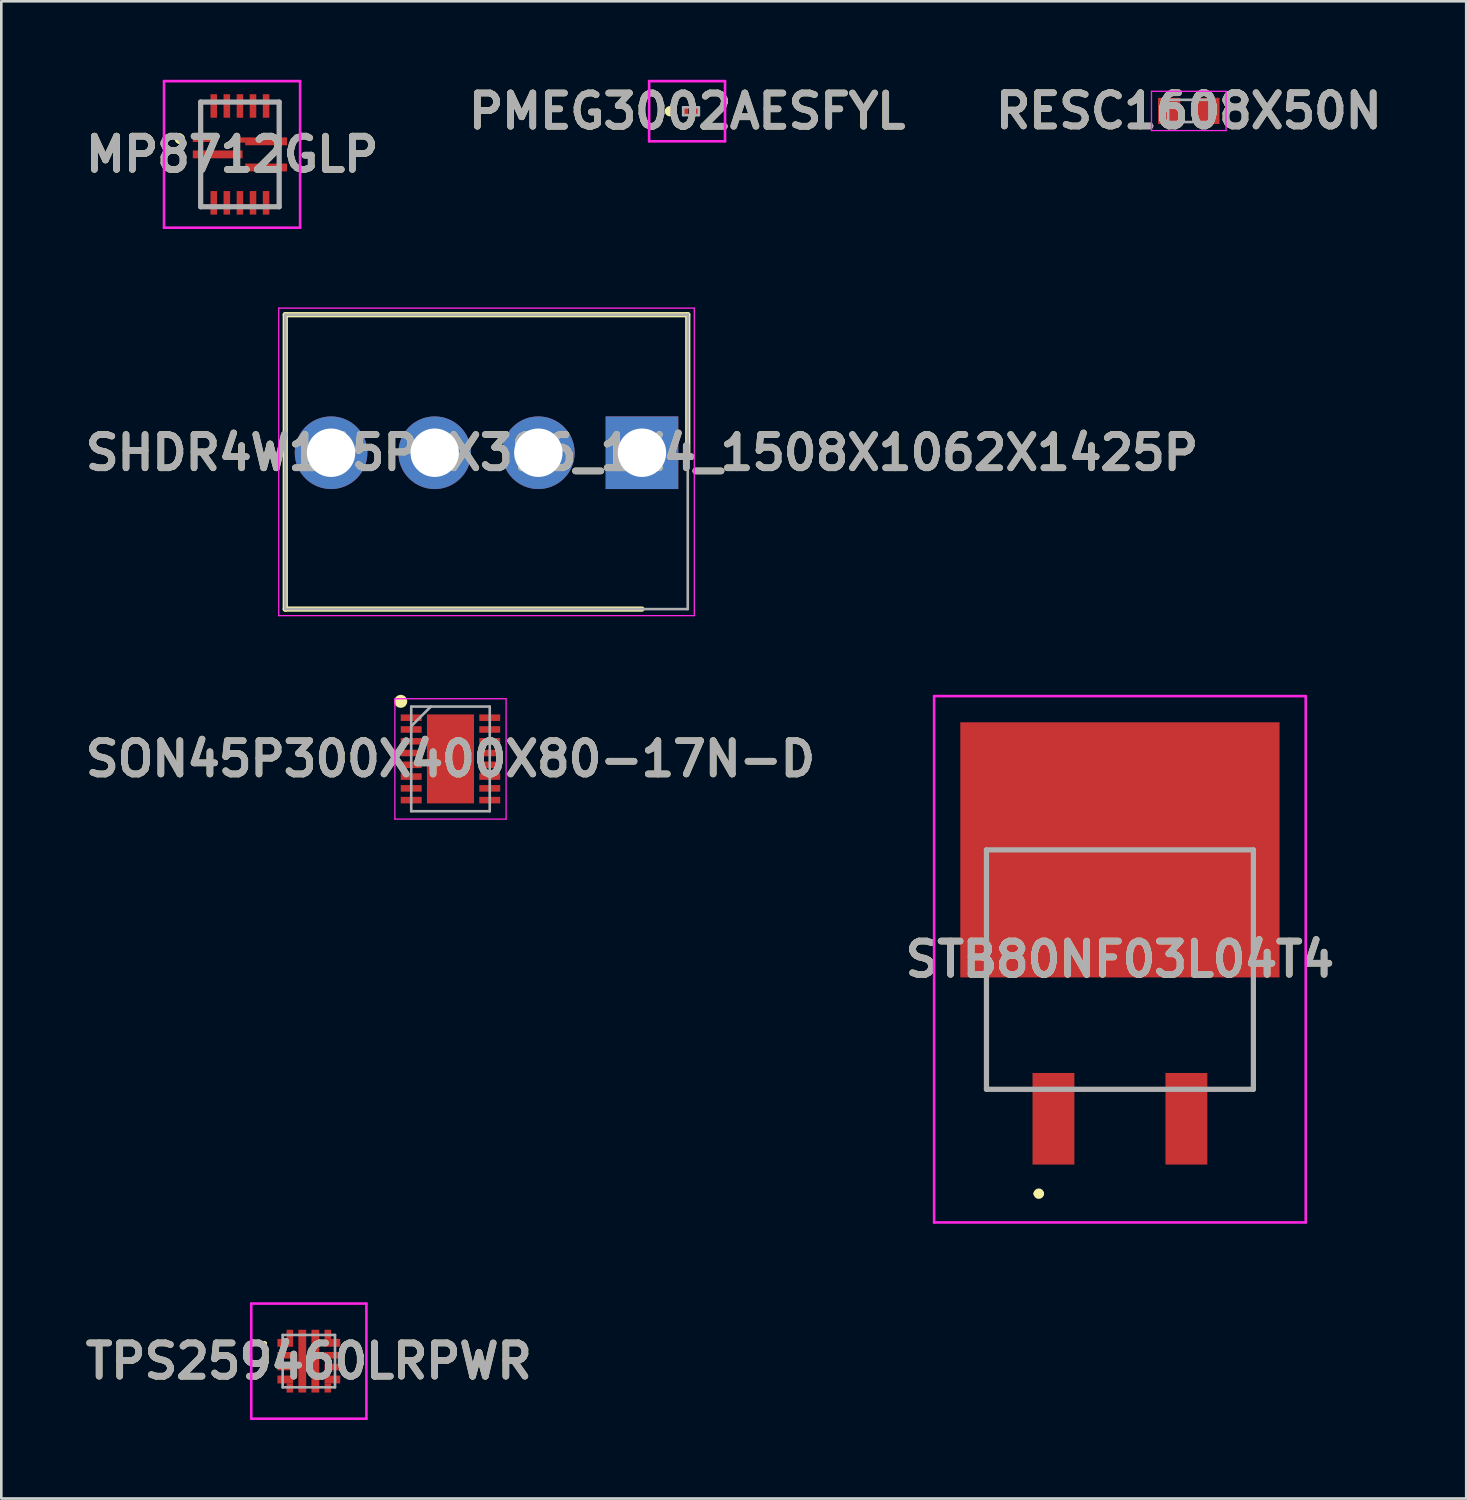
<source format=kicad_pcb>
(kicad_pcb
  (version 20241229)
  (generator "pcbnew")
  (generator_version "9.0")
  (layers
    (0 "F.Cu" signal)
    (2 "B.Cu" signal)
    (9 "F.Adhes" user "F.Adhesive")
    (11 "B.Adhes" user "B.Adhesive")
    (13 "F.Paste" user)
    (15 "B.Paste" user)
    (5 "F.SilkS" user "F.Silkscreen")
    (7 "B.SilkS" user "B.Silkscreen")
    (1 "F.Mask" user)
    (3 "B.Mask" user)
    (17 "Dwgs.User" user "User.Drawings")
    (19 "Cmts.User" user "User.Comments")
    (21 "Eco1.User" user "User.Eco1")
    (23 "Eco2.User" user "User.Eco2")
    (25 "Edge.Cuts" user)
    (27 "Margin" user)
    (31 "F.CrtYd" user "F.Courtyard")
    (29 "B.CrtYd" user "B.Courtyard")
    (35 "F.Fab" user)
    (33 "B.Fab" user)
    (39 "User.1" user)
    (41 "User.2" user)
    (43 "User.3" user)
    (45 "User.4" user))
  (footprint "MP8712GLP"
    (layer "F.Cu")
    (at 6.118 2.85)
    (property "Reference" "MP8712GLP" (at -0.3 0 0) (layer "F.SilkS") (effects (font (size 1.27 1.27) (thickness 0.254))))
    (attr smd)
    (fp_line (start -2.3 -0.7) (end -2.3 -0.7) (stroke (width 0.2) (type solid)) (layer "F.SilkS"))
    (fp_line (start -2.3 -0.5) (end -2.3 -0.5) (stroke (width 0.2) (type solid)) (layer "F.SilkS"))
    (fp_line (start -1.5 -1) (end -1.5 -2) (stroke (width 0.1) (type solid)) (layer "F.SilkS"))
    (fp_line (start -1.5 0.5) (end -1.5 2) (stroke (width 0.1) (type solid)) (layer "F.SilkS"))
    (fp_line (start 1.5 -2) (end 1.5 -1) (stroke (width 0.1) (type solid)) (layer "F.SilkS"))
    (fp_line (start 1.5 2) (end 1.5 1) (stroke (width 0.1) (type solid)) (layer "F.SilkS"))
    (fp_arc (start -2.3 -0.7) (mid -2.2 -0.6) (end -2.3 -0.5) (stroke (width 0.2) (type solid)) (layer "F.SilkS"))
    (fp_arc (start -2.3 -0.5) (mid -2.4 -0.6) (end -2.3 -0.7) (stroke (width 0.2) (type solid)) (layer "F.SilkS"))
    (fp_line (start -2.9 -2.8) (end 2.3 -2.8) (stroke (width 0.1) (type solid)) (layer "F.CrtYd"))
    (fp_line (start -2.9 2.8) (end -2.9 -2.8) (stroke (width 0.1) (type solid)) (layer "F.CrtYd"))
    (fp_line (start 2.3 -2.8) (end 2.3 2.8) (stroke (width 0.1) (type solid)) (layer "F.CrtYd"))
    (fp_line (start 2.3 2.8) (end -2.9 2.8) (stroke (width 0.1) (type solid)) (layer "F.CrtYd"))
    (fp_line (start -1.5 -2) (end 1.5 -2) (stroke (width 0.2) (type solid)) (layer "F.Fab"))
    (fp_line (start -1.5 2) (end -1.5 -2) (stroke (width 0.2) (type solid)) (layer "F.Fab"))
    (fp_line (start 1.5 -2) (end 1.5 2) (stroke (width 0.2) (type solid)) (layer "F.Fab"))
    (fp_line (start 1.5 2) (end -1.5 2) (stroke (width 0.2) (type solid)) (layer "F.Fab"))
    (fp_text user "${REFERENCE}" (at -0.3 0 0) (layer "F.Fab") (effects (font (size 1.27 1.27) (thickness 0.254))))
    (pad "1" smd rect (at -1.35 -0.6 90) (size 0.25 0.9) (layers "F.Cu" "F.Mask" "F.Paste"))
    (pad "2" smd rect (at -0.85 0 90) (size 0.3 1.9) (layers "F.Cu" "F.Mask" "F.Paste"))
    (pad "3" smd rect (at -1 1.85) (size 0.25 0.9) (layers "F.Cu" "F.Mask" "F.Paste"))
    (pad "4" smd rect (at -0.5 1.85) (size 0.25 0.9) (layers "F.Cu" "F.Mask" "F.Paste"))
    (pad "5" smd rect (at 0 1.85) (size 0.25 0.9) (layers "F.Cu" "F.Mask" "F.Paste"))
    (pad "6" smd rect (at 0.5 1.85) (size 0.25 0.9) (layers "F.Cu" "F.Mask" "F.Paste"))
    (pad "7" smd rect (at 1 1.85) (size 0.25 0.9) (layers "F.Cu" "F.Mask" "F.Paste"))
    (pad "10" smd rect (at 1 -1.85) (size 0.25 0.9) (layers "F.Cu" "F.Mask" "F.Paste"))
    (pad "11" smd rect (at 0.5 -1.85) (size 0.25 0.9) (layers "F.Cu" "F.Mask" "F.Paste"))
    (pad "12" smd rect (at 0 -1.85) (size 0.25 0.9) (layers "F.Cu" "F.Mask" "F.Paste"))
    (pad "13" smd rect (at -0.5 -1.85) (size 0.25 0.9) (layers "F.Cu" "F.Mask" "F.Paste"))
    (pad "14" smd rect (at -1 -1.85) (size 0.25 0.9) (layers "F.Cu" "F.Mask" "F.Paste"))
    (pad "A8" smd rect (at 1 0.5 90) (size 0.3 1.6) (layers "F.Cu" "F.Mask" "F.Paste"))
    (pad "A9" smd rect (at 1 -0.5 90) (size 0.3 1.6) (layers "F.Cu" "F.Mask" "F.Paste"))
    (pad "B8" smd rect (at 0.05 0.55 90) (size 0.2 0.3) (layers "F.Cu" "F.Mask" "F.Paste"))
    (pad "B9" smd rect (at 0.05 -0.55 90) (size 0.2 0.3) (layers "F.Cu" "F.Mask" "F.Paste")))
  (footprint "STB80NF03L04T4"
    (layer "F.Cu")
    (at 39.745 34.563)
    (property "Reference" "STB80NF03L04T4" (at 0 -0.956 0) (layer "F.SilkS") (effects (font (size 1.27 1.27) (thickness 0.254))))
    (attr smd)
    (fp_line (start -5.1 0.5) (end -5.1 4.012) (stroke (width 0.1) (type solid)) (layer "F.SilkS"))
    (fp_line (start -3.2 8) (end -3.2 8) (stroke (width 0.2) (type solid)) (layer "F.SilkS"))
    (fp_line (start -3 8) (end -3 8) (stroke (width 0.2) (type solid)) (layer "F.SilkS"))
    (fp_line (start 5.1 0.5) (end 5.1 4.012) (stroke (width 0.1) (type solid)) (layer "F.SilkS"))
    (fp_arc (start -3.2 8) (mid -3.1 7.9) (end -3 8) (stroke (width 0.2) (type solid)) (layer "F.SilkS"))
    (fp_arc (start -3 8) (mid -3.1 8.1) (end -3.2 8) (stroke (width 0.2) (type solid)) (layer "F.SilkS"))
    (fp_line (start -7.1 -11.013) (end 7.1 -11.013) (stroke (width 0.1) (type solid)) (layer "F.CrtYd"))
    (fp_line (start -7.1 9.1) (end -7.1 -11.013) (stroke (width 0.1) (type solid)) (layer "F.CrtYd"))
    (fp_line (start 7.1 -11.013) (end 7.1 9.1) (stroke (width 0.1) (type solid)) (layer "F.CrtYd"))
    (fp_line (start 7.1 9.1) (end -7.1 9.1) (stroke (width 0.1) (type solid)) (layer "F.CrtYd"))
    (fp_line (start -5.1 -5.138) (end 5.1 -5.138) (stroke (width 0.2) (type solid)) (layer "F.Fab"))
    (fp_line (start -5.1 4.012) (end -5.1 -5.138) (stroke (width 0.2) (type solid)) (layer "F.Fab"))
    (fp_line (start 5.1 -5.138) (end 5.1 4.012) (stroke (width 0.2) (type solid)) (layer "F.Fab"))
    (fp_line (start 5.1 4.012) (end -5.1 4.012) (stroke (width 0.2) (type solid)) (layer "F.Fab"))
    (fp_text user "${REFERENCE}" (at 0 -0.956 0) (layer "F.Fab") (effects (font (size 1.27 1.27) (thickness 0.254))))
    (pad "1" smd rect (at -2.54 5.138) (size 1.6 3.5) (layers "F.Cu" "F.Mask" "F.Paste"))
    (pad "2" smd rect (at 0 -5.138 90) (size 9.75 12.2) (layers "F.Cu" "F.Mask" "F.Paste"))
    (pad "3" smd rect (at 2.54 5.138) (size 1.6 3.5) (layers "F.Cu" "F.Mask" "F.Paste")))
  (footprint "RESC1608X50N"
    (layer "F.Cu")
    (at 42.376 1.189)
    (property "Reference" "RESC1608X50N" (at 0 0 0) (layer "F.SilkS") (effects (font (size 1.27 1.27) (thickness 0.254))))
    (attr smd)
    (fp_line (start -1.425 -0.75) (end 1.425 -0.75) (stroke (width 0.05) (type solid)) (layer "F.CrtYd"))
    (fp_line (start -1.425 0.75) (end -1.425 -0.75) (stroke (width 0.05) (type solid)) (layer "F.CrtYd"))
    (fp_line (start 1.425 -0.75) (end 1.425 0.75) (stroke (width 0.05) (type solid)) (layer "F.CrtYd"))
    (fp_line (start 1.425 0.75) (end -1.425 0.75) (stroke (width 0.05) (type solid)) (layer "F.CrtYd"))
    (fp_line (start -0.788 -0.425) (end 0.788 -0.425) (stroke (width 0.1) (type solid)) (layer "F.Fab"))
    (fp_line (start -0.788 0.425) (end -0.788 -0.425) (stroke (width 0.1) (type solid)) (layer "F.Fab"))
    (fp_line (start 0.788 -0.425) (end 0.788 0.425) (stroke (width 0.1) (type solid)) (layer "F.Fab"))
    (fp_line (start 0.788 0.425) (end -0.788 0.425) (stroke (width 0.1) (type solid)) (layer "F.Fab"))
    (fp_text user "${REFERENCE}" (at 0 0 0) (layer "F.Fab") (effects (font (size 1.27 1.27) (thickness 0.254))))
    (pad "1" smd rect (at -0.75 0) (size 0.85 1) (layers "F.Cu" "F.Mask" "F.Paste"))
    (pad "2" smd rect (at 0.75 0) (size 0.85 1) (layers "F.Cu" "F.Mask" "F.Paste")))
  (footprint "SHDR4W165P0X396_1X4_1508X1062X1425P"
    (layer "F.Cu")
    (at 21.481 14.25)
    (property "Reference" "SHDR4W165P0X396_1X4_1508X1062X1425P" (at 0 0 0) (layer "F.SilkS") (effects (font (size 1.27 1.27) (thickness 0.254))))
    (attr through_hole)
    (fp_line (start -13.63 -5.275) (end 1.75 -5.275) (stroke (width 0.2) (type solid)) (layer "F.SilkS"))
    (fp_line (start -13.63 5.975) (end -13.63 -5.275) (stroke (width 0.2) (type solid)) (layer "F.SilkS"))
    (fp_line (start 0 5.975) (end -13.63 5.975) (stroke (width 0.2) (type solid)) (layer "F.SilkS"))
    (fp_line (start 1.75 -5.275) (end 1.75 0) (stroke (width 0.2) (type solid)) (layer "F.SilkS"))
    (fp_line (start -13.88 -5.525) (end 2 -5.525) (stroke (width 0.05) (type solid)) (layer "F.CrtYd"))
    (fp_line (start -13.88 6.225) (end -13.88 -5.525) (stroke (width 0.05) (type solid)) (layer "F.CrtYd"))
    (fp_line (start 2 -5.525) (end 2 6.225) (stroke (width 0.05) (type solid)) (layer "F.CrtYd"))
    (fp_line (start 2 6.225) (end -13.88 6.225) (stroke (width 0.05) (type solid)) (layer "F.CrtYd"))
    (fp_line (start -13.63 -5.275) (end 1.75 -5.275) (stroke (width 0.1) (type solid)) (layer "F.Fab"))
    (fp_line (start -13.63 5.975) (end -13.63 -5.275) (stroke (width 0.1) (type solid)) (layer "F.Fab"))
    (fp_line (start 1.75 -5.275) (end 1.75 5.975) (stroke (width 0.1) (type solid)) (layer "F.Fab"))
    (fp_line (start 1.75 5.975) (end -13.63 5.975) (stroke (width 0.1) (type solid)) (layer "F.Fab"))
    (fp_text user "${REFERENCE}" (at 0 0 0) (layer "F.Fab") (effects (font (size 1.27 1.27) (thickness 0.254))))
    (pad "1" thru_hole rect (at 0 0) (size 2.775 2.775) (drill 1.85) (layers "*.Cu" "*.Mask"))
    (pad "2" thru_hole circle (at -3.96 0) (size 2.775 2.775) (drill 1.85) (layers "*.Cu" "*.Mask"))
    (pad "3" thru_hole circle (at -7.92 0) (size 2.775 2.775) (drill 1.85) (layers "*.Cu" "*.Mask"))
    (pad "4" thru_hole circle (at -11.88 0) (size 2.775 2.775) (drill 1.85) (layers "*.Cu" "*.Mask")))
  (footprint "TPS259460LRPWR"
    (layer "F.Cu")
    (at 8.751 48.963)
    (property "Reference" "TPS259460LRPWR" (at 0 0 0) (layer "F.SilkS") (effects (font (size 1.27 1.27) (thickness 0.254))))
    (attr smd)
    (fp_line (start -1.75 -0.675) (end -1.75 -0.675) (stroke (width 0.1) (type solid)) (layer "F.SilkS"))
    (fp_line (start -1.65 -0.675) (end -1.65 -0.675) (stroke (width 0.1) (type solid)) (layer "F.SilkS"))
    (fp_arc (start -1.75 -0.675) (mid -1.7 -0.725) (end -1.65 -0.675) (stroke (width 0.1) (type solid)) (layer "F.SilkS"))
    (fp_arc (start -1.65 -0.675) (mid -1.7 -0.625) (end -1.75 -0.675) (stroke (width 0.1) (type solid)) (layer "F.SilkS"))
    (fp_line (start -2.2 -2.2) (end 2.2 -2.2) (stroke (width 0.1) (type solid)) (layer "F.CrtYd"))
    (fp_line (start -2.2 2.2) (end -2.2 -2.2) (stroke (width 0.1) (type solid)) (layer "F.CrtYd"))
    (fp_line (start 2.2 -2.2) (end 2.2 2.2) (stroke (width 0.1) (type solid)) (layer "F.CrtYd"))
    (fp_line (start 2.2 2.2) (end -2.2 2.2) (stroke (width 0.1) (type solid)) (layer "F.CrtYd"))
    (fp_line (start -1 -1) (end 1 -1) (stroke (width 0.1) (type solid)) (layer "F.Fab"))
    (fp_line (start -1 1) (end -1 -1) (stroke (width 0.1) (type solid)) (layer "F.Fab"))
    (fp_line (start 1 -1) (end 1 1) (stroke (width 0.1) (type solid)) (layer "F.Fab"))
    (fp_line (start 1 1) (end -1 1) (stroke (width 0.1) (type solid)) (layer "F.Fab"))
    (fp_text user "${REFERENCE}" (at 0 0 0) (layer "F.Fab") (effects (font (size 1.27 1.27) (thickness 0.254))))
    (pad "1" smd rect (at -0.9 -0.7 90) (size 0.3 0.6) (layers "F.Cu" "F.Mask" "F.Paste"))
    (pad "2" smd rect (at -0.9 -0.225 90) (size 0.25 0.6) (layers "F.Cu" "F.Mask" "F.Paste"))
    (pad "3" smd rect (at -0.9 0.225 90) (size 0.25 0.6) (layers "F.Cu" "F.Mask" "F.Paste"))
    (pad "4" smd rect (at -0.9 0.7 90) (size 0.3 0.6) (layers "F.Cu" "F.Mask" "F.Paste"))
    (pad "5" smd rect (at -0.25 0) (size 0.3 2.4) (layers "F.Cu" "F.Mask" "F.Paste"))
    (pad "6" smd rect (at 0.25 0) (size 0.3 2.4) (layers "F.Cu" "F.Mask" "F.Paste"))
    (pad "7" smd rect (at 0.9 0.7 90) (size 0.3 0.6) (layers "F.Cu" "F.Mask" "F.Paste"))
    (pad "8" smd rect (at 0.9 0.225 90) (size 0.25 0.6) (layers "F.Cu" "F.Mask" "F.Paste"))
    (pad "9" smd rect (at 0.9 -0.225 90) (size 0.25 0.6) (layers "F.Cu" "F.Mask" "F.Paste"))
    (pad "10" smd rect (at 0.9 -0.7 90) (size 0.3 0.6) (layers "F.Cu" "F.Mask" "F.Paste"))
    (pad "11" smd rect (at -0.725 -1.025) (size 0.25 0.35) (layers "F.Cu" "F.Mask" "F.Paste"))
    (pad "12" smd rect (at -0.725 1.025) (size 0.25 0.35) (layers "F.Cu" "F.Mask" "F.Paste"))
    (pad "13" smd rect (at 0.725 1.025) (size 0.25 0.35) (layers "F.Cu" "F.Mask" "F.Paste"))
    (pad "14" smd rect (at 0.725 -1.025) (size 0.25 0.35) (layers "F.Cu" "F.Mask" "F.Paste")))
  (footprint "SON45P300X400X80-17N-D"
    (layer "F.Cu")
    (at 14.164 25.95)
    (property "Reference" "SON45P300X400X80-17N-D" (at 0 0 0) (layer "F.SilkS") (effects (font (size 1.27 1.27) (thickness 0.254))))
    (attr smd)
    (fp_circle (center -1.9 -2.2) (end -1.9 -2.075) (stroke (width 0.25) (type solid)) (fill no) (layer "F.SilkS"))
    (fp_line (start -2.125 -2.3) (end 2.125 -2.3) (stroke (width 0.05) (type solid)) (layer "F.CrtYd"))
    (fp_line (start -2.125 2.3) (end -2.125 -2.3) (stroke (width 0.05) (type solid)) (layer "F.CrtYd"))
    (fp_line (start 2.125 -2.3) (end 2.125 2.3) (stroke (width 0.05) (type solid)) (layer "F.CrtYd"))
    (fp_line (start 2.125 2.3) (end -2.125 2.3) (stroke (width 0.05) (type solid)) (layer "F.CrtYd"))
    (fp_line (start -1.5 -2) (end 1.5 -2) (stroke (width 0.1) (type solid)) (layer "F.Fab"))
    (fp_line (start -1.5 -1.25) (end -0.75 -2) (stroke (width 0.1) (type solid)) (layer "F.Fab"))
    (fp_line (start -1.5 2) (end -1.5 -2) (stroke (width 0.1) (type solid)) (layer "F.Fab"))
    (fp_line (start 1.5 -2) (end 1.5 2) (stroke (width 0.1) (type solid)) (layer "F.Fab"))
    (fp_line (start 1.5 2) (end -1.5 2) (stroke (width 0.1) (type solid)) (layer "F.Fab"))
    (fp_text user "${REFERENCE}" (at 0 0 0) (layer "F.Fab") (effects (font (size 1.27 1.27) (thickness 0.254))))
    (pad "1" smd rect (at -1.5 -1.575 90) (size 0.25 0.8) (layers "F.Cu" "F.Mask" "F.Paste"))
    (pad "2" smd rect (at -1.5 -1.125 90) (size 0.25 0.8) (layers "F.Cu" "F.Mask" "F.Paste"))
    (pad "3" smd rect (at -1.5 -0.675 90) (size 0.25 0.8) (layers "F.Cu" "F.Mask" "F.Paste"))
    (pad "4" smd rect (at -1.5 -0.225 90) (size 0.25 0.8) (layers "F.Cu" "F.Mask" "F.Paste"))
    (pad "5" smd rect (at -1.5 0.225 90) (size 0.25 0.8) (layers "F.Cu" "F.Mask" "F.Paste"))
    (pad "6" smd rect (at -1.5 0.675 90) (size 0.25 0.8) (layers "F.Cu" "F.Mask" "F.Paste"))
    (pad "7" smd rect (at -1.5 1.125 90) (size 0.25 0.8) (layers "F.Cu" "F.Mask" "F.Paste"))
    (pad "8" smd rect (at -1.5 1.575 90) (size 0.25 0.8) (layers "F.Cu" "F.Mask" "F.Paste"))
    (pad "9" smd rect (at 1.5 1.575 90) (size 0.25 0.8) (layers "F.Cu" "F.Mask" "F.Paste"))
    (pad "10" smd rect (at 1.5 1.125 90) (size 0.25 0.8) (layers "F.Cu" "F.Mask" "F.Paste"))
    (pad "11" smd rect (at 1.5 0.675 90) (size 0.25 0.8) (layers "F.Cu" "F.Mask" "F.Paste"))
    (pad "12" smd rect (at 1.5 0.225 90) (size 0.25 0.8) (layers "F.Cu" "F.Mask" "F.Paste"))
    (pad "13" smd rect (at 1.5 -0.225 90) (size 0.25 0.8) (layers "F.Cu" "F.Mask" "F.Paste"))
    (pad "14" smd rect (at 1.5 -0.675 90) (size 0.25 0.8) (layers "F.Cu" "F.Mask" "F.Paste"))
    (pad "15" smd rect (at 1.5 -1.125 90) (size 0.25 0.8) (layers "F.Cu" "F.Mask" "F.Paste"))
    (pad "16" smd rect (at 1.5 -1.575 90) (size 0.25 0.8) (layers "F.Cu" "F.Mask" "F.Paste"))
    (pad "17" smd rect (at 0 0) (size 1.8 3.4) (layers "F.Cu" "F.Mask" "F.Paste")))
  (footprint "PMEG3002AESFYL"
    (layer "F.Cu")
    (at 23.355 1.2)
    (property "Reference" "PMEG3002AESFYL" (at -0.15 0 0) (layer "F.SilkS") (effects (font (size 1.27 1.27) (thickness 0.254))))
    (attr smd)
    (fp_line (start -0.9 0) (end -0.9 0) (stroke (width 0.2) (type solid)) (layer "F.SilkS"))
    (fp_line (start -0.7 0) (end -0.7 0) (stroke (width 0.2) (type solid)) (layer "F.SilkS"))
    (fp_arc (start -0.9 0) (mid -0.8 -0.1) (end -0.7 0) (stroke (width 0.2) (type solid)) (layer "F.SilkS"))
    (fp_arc (start -0.7 0) (mid -0.8 0.1) (end -0.9 0) (stroke (width 0.2) (type solid)) (layer "F.SilkS"))
    (fp_line (start -1.6 -1.15) (end 1.3 -1.15) (stroke (width 0.1) (type solid)) (layer "F.CrtYd"))
    (fp_line (start -1.6 1.15) (end -1.6 -1.15) (stroke (width 0.1) (type solid)) (layer "F.CrtYd"))
    (fp_line (start 1.3 -1.15) (end 1.3 1.15) (stroke (width 0.1) (type solid)) (layer "F.CrtYd"))
    (fp_line (start 1.3 1.15) (end -1.6 1.15) (stroke (width 0.1) (type solid)) (layer "F.CrtYd"))
    (fp_line (start -0.3 -0.15) (end 0.3 -0.15) (stroke (width 0.1) (type solid)) (layer "F.Fab"))
    (fp_line (start -0.3 0.15) (end -0.3 -0.15) (stroke (width 0.1) (type solid)) (layer "F.Fab"))
    (fp_line (start 0.3 -0.15) (end 0.3 0.15) (stroke (width 0.1) (type solid)) (layer "F.Fab"))
    (fp_line (start 0.3 0.15) (end -0.3 0.15) (stroke (width 0.1) (type solid)) (layer "F.Fab"))
    (fp_text user "${REFERENCE}" (at -0.15 0 0) (layer "F.Fab") (effects (font (size 1.27 1.27) (thickness 0.254))))
    (pad "1" smd rect (at -0.2 0) (size 0.2 0.28) (layers "F.Cu" "F.Mask" "F.Paste"))
    (pad "2" smd rect (at 0.2 0) (size 0.2 0.28) (layers "F.Cu" "F.Mask" "F.Paste")))
  (gr_rect
    (start -3 -3)
    (end 52.978 54.213)
    (stroke (width 0.1) (type default))
    (fill no)
    (layer "Edge.Cuts")))
</source>
